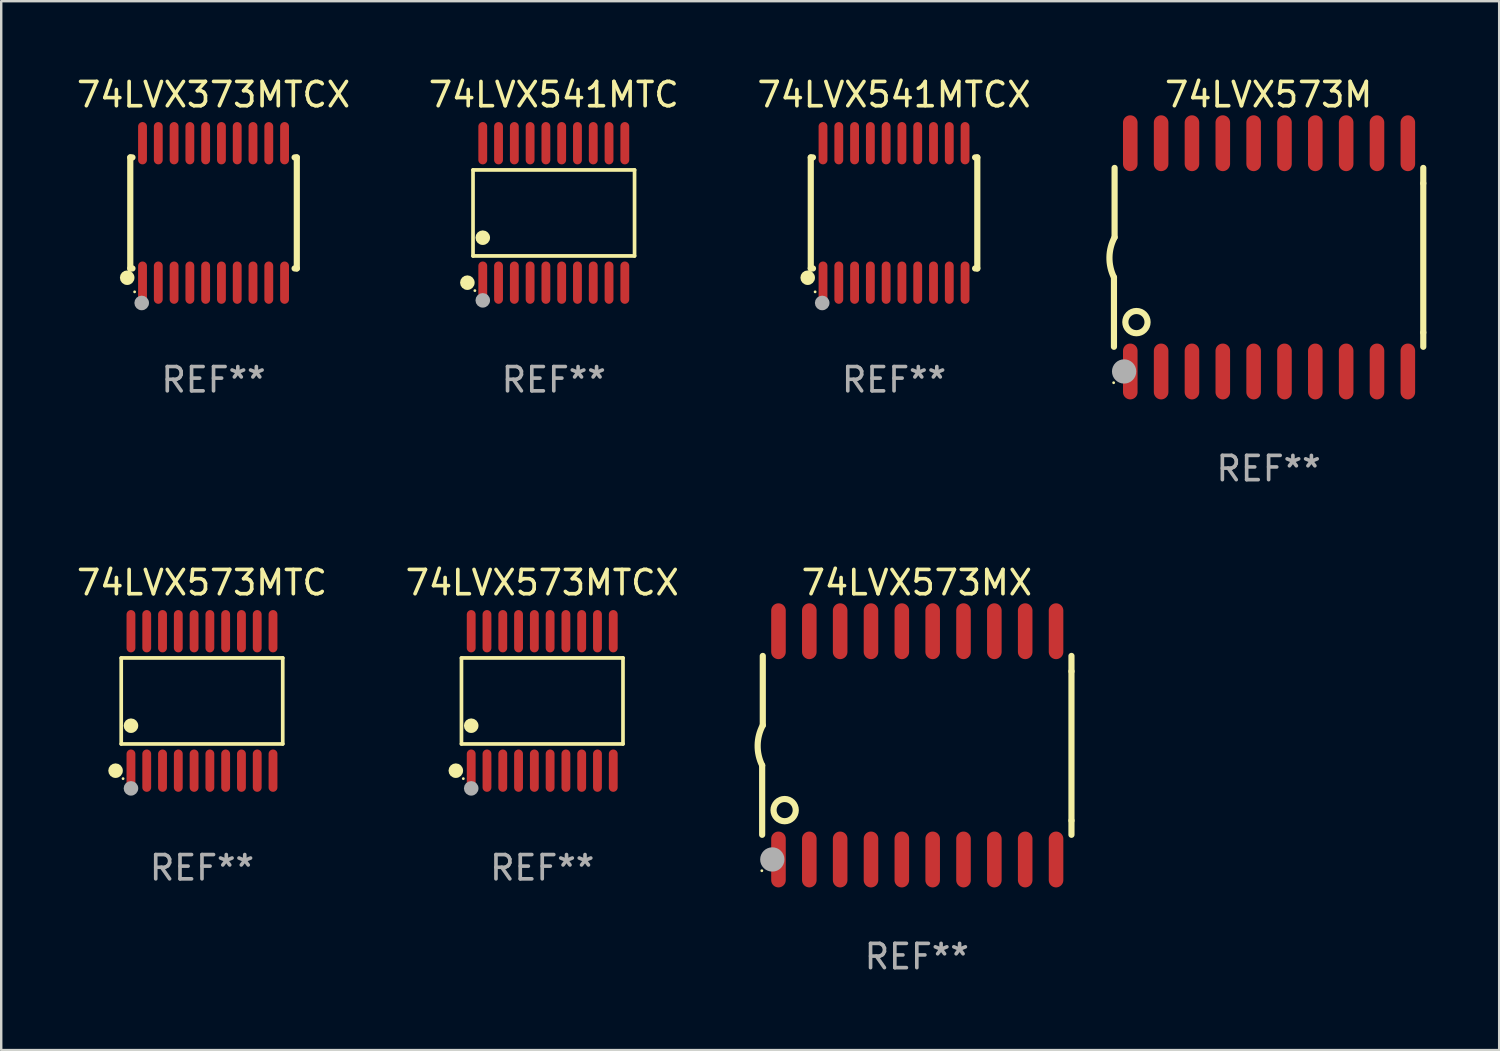
<source format=kicad_pcb>
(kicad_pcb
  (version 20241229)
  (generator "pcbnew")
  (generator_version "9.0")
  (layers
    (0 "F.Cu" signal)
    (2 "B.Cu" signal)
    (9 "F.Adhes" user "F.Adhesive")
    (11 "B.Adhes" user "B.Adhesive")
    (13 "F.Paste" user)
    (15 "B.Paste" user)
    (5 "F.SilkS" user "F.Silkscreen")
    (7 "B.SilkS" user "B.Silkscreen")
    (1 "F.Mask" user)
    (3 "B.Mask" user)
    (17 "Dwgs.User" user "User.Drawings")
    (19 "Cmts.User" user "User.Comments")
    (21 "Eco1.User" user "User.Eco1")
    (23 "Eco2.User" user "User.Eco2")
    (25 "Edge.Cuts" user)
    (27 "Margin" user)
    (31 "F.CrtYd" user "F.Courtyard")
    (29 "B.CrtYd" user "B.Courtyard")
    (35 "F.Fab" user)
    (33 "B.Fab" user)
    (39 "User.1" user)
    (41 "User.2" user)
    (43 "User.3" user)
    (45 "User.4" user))
  (footprint "74LVX541MTC"
    (layer "F.Cu")
    (at 19.756 5.719)
    (property "Reference" "74LVX541MTC" (at 0 -4.871 0) (layer "F.SilkS") (effects (font (size 1 1) (thickness 0.15))))
    (attr through_hole)
    (fp_line (start -3.326 -1.771) (end 3.326 -1.771) (stroke (width 0.152) (type solid)) (layer "F.SilkS"))
    (fp_line (start -3.326 1.771) (end -3.326 -1.771) (stroke (width 0.152) (type solid)) (layer "F.SilkS"))
    (fp_line (start 3.326 -1.771) (end 3.326 1.771) (stroke (width 0.152) (type solid)) (layer "F.SilkS"))
    (fp_line (start 3.326 1.771) (end -3.326 1.771) (stroke (width 0.152) (type solid)) (layer "F.SilkS"))
    (fp_circle (center -3.559 2.871) (end -3.409 2.871) (stroke (width 0.3) (type solid)) (fill no) (layer "F.SilkS"))
    (fp_circle (center -3.25 3.2) (end -3.22 3.2) (stroke (width 0.06) (type solid)) (fill no) (layer "F.SilkS"))
    (fp_circle (center -2.925 1.019) (end -2.775 1.019) (stroke (width 0.3) (type solid)) (fill no) (layer "F.SilkS"))
    (fp_circle (center -2.925 3.6) (end -2.775 3.6) (stroke (width 0.3) (type solid)) (fill no) (layer "F.Fab"))
    (fp_text user "REF**" (at 0 6.871 0) (layer "F.Fab") (effects (font (size 1 1) (thickness 0.15))))
    (pad "1" smd oval (at -2.925 2.871) (size 0.364 1.742) (layers "F.Cu" "F.Mask" "F.Paste"))
    (pad "2" smd oval (at -2.275 2.871) (size 0.364 1.742) (layers "F.Cu" "F.Mask" "F.Paste"))
    (pad "3" smd oval (at -1.625 2.871) (size 0.364 1.742) (layers "F.Cu" "F.Mask" "F.Paste"))
    (pad "4" smd oval (at -0.975 2.871) (size 0.364 1.742) (layers "F.Cu" "F.Mask" "F.Paste"))
    (pad "5" smd oval (at -0.325 2.871) (size 0.364 1.742) (layers "F.Cu" "F.Mask" "F.Paste"))
    (pad "6" smd oval (at 0.325 2.871) (size 0.364 1.742) (layers "F.Cu" "F.Mask" "F.Paste"))
    (pad "7" smd oval (at 0.975 2.871) (size 0.364 1.742) (layers "F.Cu" "F.Mask" "F.Paste"))
    (pad "8" smd oval (at 1.625 2.871) (size 0.364 1.742) (layers "F.Cu" "F.Mask" "F.Paste"))
    (pad "9" smd oval (at 2.275 2.871) (size 0.364 1.742) (layers "F.Cu" "F.Mask" "F.Paste"))
    (pad "10" smd oval (at 2.925 2.871) (size 0.364 1.742) (layers "F.Cu" "F.Mask" "F.Paste"))
    (pad "11" smd oval (at 2.925 -2.871) (size 0.364 1.742) (layers "F.Cu" "F.Mask" "F.Paste"))
    (pad "12" smd oval (at 2.275 -2.871) (size 0.364 1.742) (layers "F.Cu" "F.Mask" "F.Paste"))
    (pad "13" smd oval (at 1.625 -2.871) (size 0.364 1.742) (layers "F.Cu" "F.Mask" "F.Paste"))
    (pad "14" smd oval (at 0.975 -2.871) (size 0.364 1.742) (layers "F.Cu" "F.Mask" "F.Paste"))
    (pad "15" smd oval (at 0.325 -2.871) (size 0.364 1.742) (layers "F.Cu" "F.Mask" "F.Paste"))
    (pad "16" smd oval (at -0.325 -2.871) (size 0.364 1.742) (layers "F.Cu" "F.Mask" "F.Paste"))
    (pad "17" smd oval (at -0.975 -2.871) (size 0.364 1.742) (layers "F.Cu" "F.Mask" "F.Paste"))
    (pad "18" smd oval (at -1.625 -2.871) (size 0.364 1.742) (layers "F.Cu" "F.Mask" "F.Paste"))
    (pad "19" smd oval (at -2.275 -2.871) (size 0.364 1.742) (layers "F.Cu" "F.Mask" "F.Paste"))
    (pad "20" smd oval (at -2.925 -2.871) (size 0.364 1.742) (layers "F.Cu" "F.Mask" "F.Paste")))
  (footprint "74LVX573MTCX"
    (layer "F.Cu")
    (at 19.28 25.816)
    (property "Reference" "74LVX573MTCX" (at 0 -4.871 0) (layer "F.SilkS") (effects (font (size 1 1) (thickness 0.15))))
    (attr through_hole)
    (fp_line (start -3.326 -1.771) (end 3.326 -1.771) (stroke (width 0.152) (type solid)) (layer "F.SilkS"))
    (fp_line (start -3.326 1.771) (end -3.326 -1.771) (stroke (width 0.152) (type solid)) (layer "F.SilkS"))
    (fp_line (start 3.326 -1.771) (end 3.326 1.771) (stroke (width 0.152) (type solid)) (layer "F.SilkS"))
    (fp_line (start 3.326 1.771) (end -3.326 1.771) (stroke (width 0.152) (type solid)) (layer "F.SilkS"))
    (fp_circle (center -3.559 2.871) (end -3.409 2.871) (stroke (width 0.3) (type solid)) (fill no) (layer "F.SilkS"))
    (fp_circle (center -3.25 3.2) (end -3.22 3.2) (stroke (width 0.06) (type solid)) (fill no) (layer "F.SilkS"))
    (fp_circle (center -2.925 1.019) (end -2.775 1.019) (stroke (width 0.3) (type solid)) (fill no) (layer "F.SilkS"))
    (fp_circle (center -2.925 3.6) (end -2.775 3.6) (stroke (width 0.3) (type solid)) (fill no) (layer "F.Fab"))
    (fp_text user "REF**" (at 0 6.871 0) (layer "F.Fab") (effects (font (size 1 1) (thickness 0.15))))
    (pad "1" smd oval (at -2.925 2.871) (size 0.364 1.742) (layers "F.Cu" "F.Mask" "F.Paste"))
    (pad "2" smd oval (at -2.275 2.871) (size 0.364 1.742) (layers "F.Cu" "F.Mask" "F.Paste"))
    (pad "3" smd oval (at -1.625 2.871) (size 0.364 1.742) (layers "F.Cu" "F.Mask" "F.Paste"))
    (pad "4" smd oval (at -0.975 2.871) (size 0.364 1.742) (layers "F.Cu" "F.Mask" "F.Paste"))
    (pad "5" smd oval (at -0.325 2.871) (size 0.364 1.742) (layers "F.Cu" "F.Mask" "F.Paste"))
    (pad "6" smd oval (at 0.325 2.871) (size 0.364 1.742) (layers "F.Cu" "F.Mask" "F.Paste"))
    (pad "7" smd oval (at 0.975 2.871) (size 0.364 1.742) (layers "F.Cu" "F.Mask" "F.Paste"))
    (pad "8" smd oval (at 1.625 2.871) (size 0.364 1.742) (layers "F.Cu" "F.Mask" "F.Paste"))
    (pad "9" smd oval (at 2.275 2.871) (size 0.364 1.742) (layers "F.Cu" "F.Mask" "F.Paste"))
    (pad "10" smd oval (at 2.925 2.871) (size 0.364 1.742) (layers "F.Cu" "F.Mask" "F.Paste"))
    (pad "11" smd oval (at 2.925 -2.871) (size 0.364 1.742) (layers "F.Cu" "F.Mask" "F.Paste"))
    (pad "12" smd oval (at 2.275 -2.871) (size 0.364 1.742) (layers "F.Cu" "F.Mask" "F.Paste"))
    (pad "13" smd oval (at 1.625 -2.871) (size 0.364 1.742) (layers "F.Cu" "F.Mask" "F.Paste"))
    (pad "14" smd oval (at 0.975 -2.871) (size 0.364 1.742) (layers "F.Cu" "F.Mask" "F.Paste"))
    (pad "15" smd oval (at 0.325 -2.871) (size 0.364 1.742) (layers "F.Cu" "F.Mask" "F.Paste"))
    (pad "16" smd oval (at -0.325 -2.871) (size 0.364 1.742) (layers "F.Cu" "F.Mask" "F.Paste"))
    (pad "17" smd oval (at -0.975 -2.871) (size 0.364 1.742) (layers "F.Cu" "F.Mask" "F.Paste"))
    (pad "18" smd oval (at -1.625 -2.871) (size 0.364 1.742) (layers "F.Cu" "F.Mask" "F.Paste"))
    (pad "19" smd oval (at -2.275 -2.871) (size 0.364 1.742) (layers "F.Cu" "F.Mask" "F.Paste"))
    (pad "20" smd oval (at -2.925 -2.871) (size 0.364 1.742) (layers "F.Cu" "F.Mask" "F.Paste")))
  (footprint "74LVX573MX"
    (layer "F.Cu")
    (at 34.706 27.645)
    (property "Reference" "74LVX573MX" (at 0 -6.7 0) (layer "F.SilkS") (effects (font (size 1 1) (thickness 0.15))))
    (attr through_hole)
    (fp_line (start -6.369 0.826) (end -6.369 3.683) (stroke (width 0.254) (type solid)) (layer "F.SilkS"))
    (fp_line (start -6.343 -0.825) (end -6.343 -3.683) (stroke (width 0.254) (type solid)) (layer "F.SilkS"))
    (fp_line (start 6.369 -3.048) (end 6.369 -3.683) (stroke (width 0.254) (type solid)) (layer "F.SilkS"))
    (fp_line (start 6.369 -3.048) (end 6.369 3.096) (stroke (width 0.254) (type solid)) (layer "F.SilkS"))
    (fp_line (start 6.369 3.096) (end 6.369 3.683) (stroke (width 0.254) (type solid)) (layer "F.SilkS"))
    (fp_arc (start -6.36853 0.825552) (mid -6.554743 -0.00301) (end -6.343129 -0.825451) (stroke (width 0.254001) (type solid)) (layer "F.SilkS"))
    (fp_circle (center -6.382 5.163) (end -6.352 5.163) (stroke (width 0.06) (type solid)) (fill no) (layer "F.SilkS"))
    (fp_circle (center -5.443 2.667) (end -4.985 2.667) (stroke (width 0.254) (type solid)) (fill no) (layer "F.SilkS"))
    (fp_circle (center -5.951 4.699) (end -5.701 4.699) (stroke (width 0.5) (type solid)) (fill no) (layer "F.Fab"))
    (fp_text user "REF**" (at 0 8.7 0) (layer "F.Fab") (effects (font (size 1 1) (thickness 0.15))))
    (pad "1" smd oval (at -5.697 4.7 180) (size 0.6 2.3) (layers "F.Cu" "F.Mask" "F.Paste"))
    (pad "2" smd oval (at -4.427 4.7 180) (size 0.6 2.3) (layers "F.Cu" "F.Mask" "F.Paste"))
    (pad "3" smd oval (at -3.157 4.7 180) (size 0.6 2.3) (layers "F.Cu" "F.Mask" "F.Paste"))
    (pad "4" smd oval (at -1.887 4.7 180) (size 0.6 2.3) (layers "F.Cu" "F.Mask" "F.Paste"))
    (pad "5" smd oval (at -0.617 4.7 180) (size 0.6 2.3) (layers "F.Cu" "F.Mask" "F.Paste"))
    (pad "6" smd oval (at 0.653 4.7 180) (size 0.6 2.3) (layers "F.Cu" "F.Mask" "F.Paste"))
    (pad "7" smd oval (at 1.923 4.7 180) (size 0.6 2.3) (layers "F.Cu" "F.Mask" "F.Paste"))
    (pad "8" smd oval (at 3.193 4.7 180) (size 0.6 2.3) (layers "F.Cu" "F.Mask" "F.Paste"))
    (pad "9" smd oval (at 4.463 4.7 180) (size 0.6 2.3) (layers "F.Cu" "F.Mask" "F.Paste"))
    (pad "10" smd oval (at 5.734 4.7 180) (size 0.6 2.3) (layers "F.Cu" "F.Mask" "F.Paste"))
    (pad "11" smd oval (at 5.734 -4.7 180) (size 0.6 2.3) (layers "F.Cu" "F.Mask" "F.Paste"))
    (pad "12" smd oval (at 4.463 -4.7 180) (size 0.6 2.3) (layers "F.Cu" "F.Mask" "F.Paste"))
    (pad "13" smd oval (at 3.193 -4.7 180) (size 0.6 2.3) (layers "F.Cu" "F.Mask" "F.Paste"))
    (pad "14" smd oval (at 1.923 -4.7 180) (size 0.6 2.3) (layers "F.Cu" "F.Mask" "F.Paste"))
    (pad "15" smd oval (at 0.653 -4.7 180) (size 0.6 2.3) (layers "F.Cu" "F.Mask" "F.Paste"))
    (pad "16" smd oval (at -0.617 -4.7 180) (size 0.6 2.3) (layers "F.Cu" "F.Mask" "F.Paste"))
    (pad "17" smd oval (at -1.887 -4.7 180) (size 0.6 2.3) (layers "F.Cu" "F.Mask" "F.Paste"))
    (pad "18" smd oval (at -3.157 -4.7 180) (size 0.6 2.3) (layers "F.Cu" "F.Mask" "F.Paste"))
    (pad "19" smd oval (at -4.427 -4.7 180) (size 0.6 2.3) (layers "F.Cu" "F.Mask" "F.Paste"))
    (pad "20" smd oval (at -5.697 -4.7 180) (size 0.6 2.3) (layers "F.Cu" "F.Mask" "F.Paste")))
  (footprint "74LVX573M"
    (layer "F.Cu")
    (at 49.194 7.548)
    (property "Reference" "74LVX573M" (at 0 -6.7 0) (layer "F.SilkS") (effects (font (size 1 1) (thickness 0.15))))
    (attr through_hole)
    (fp_line (start -6.369 0.826) (end -6.369 3.683) (stroke (width 0.254) (type solid)) (layer "F.SilkS"))
    (fp_line (start -6.343 -0.825) (end -6.343 -3.683) (stroke (width 0.254) (type solid)) (layer "F.SilkS"))
    (fp_line (start 6.369 -3.048) (end 6.369 -3.683) (stroke (width 0.254) (type solid)) (layer "F.SilkS"))
    (fp_line (start 6.369 -3.048) (end 6.369 3.096) (stroke (width 0.254) (type solid)) (layer "F.SilkS"))
    (fp_line (start 6.369 3.096) (end 6.369 3.683) (stroke (width 0.254) (type solid)) (layer "F.SilkS"))
    (fp_arc (start -6.36853 0.825552) (mid -6.554743 -0.00301) (end -6.343129 -0.825451) (stroke (width 0.254001) (type solid)) (layer "F.SilkS"))
    (fp_circle (center -6.382 5.163) (end -6.352 5.163) (stroke (width 0.06) (type solid)) (fill no) (layer "F.SilkS"))
    (fp_circle (center -5.443 2.667) (end -4.985 2.667) (stroke (width 0.254) (type solid)) (fill no) (layer "F.SilkS"))
    (fp_circle (center -5.951 4.699) (end -5.701 4.699) (stroke (width 0.5) (type solid)) (fill no) (layer "F.Fab"))
    (fp_text user "REF**" (at 0 8.7 0) (layer "F.Fab") (effects (font (size 1 1) (thickness 0.15))))
    (pad "1" smd oval (at -5.697 4.7 180) (size 0.6 2.3) (layers "F.Cu" "F.Mask" "F.Paste"))
    (pad "2" smd oval (at -4.427 4.7 180) (size 0.6 2.3) (layers "F.Cu" "F.Mask" "F.Paste"))
    (pad "3" smd oval (at -3.157 4.7 180) (size 0.6 2.3) (layers "F.Cu" "F.Mask" "F.Paste"))
    (pad "4" smd oval (at -1.887 4.7 180) (size 0.6 2.3) (layers "F.Cu" "F.Mask" "F.Paste"))
    (pad "5" smd oval (at -0.617 4.7 180) (size 0.6 2.3) (layers "F.Cu" "F.Mask" "F.Paste"))
    (pad "6" smd oval (at 0.653 4.7 180) (size 0.6 2.3) (layers "F.Cu" "F.Mask" "F.Paste"))
    (pad "7" smd oval (at 1.923 4.7 180) (size 0.6 2.3) (layers "F.Cu" "F.Mask" "F.Paste"))
    (pad "8" smd oval (at 3.193 4.7 180) (size 0.6 2.3) (layers "F.Cu" "F.Mask" "F.Paste"))
    (pad "9" smd oval (at 4.463 4.7 180) (size 0.6 2.3) (layers "F.Cu" "F.Mask" "F.Paste"))
    (pad "10" smd oval (at 5.734 4.7 180) (size 0.6 2.3) (layers "F.Cu" "F.Mask" "F.Paste"))
    (pad "11" smd oval (at 5.734 -4.7 180) (size 0.6 2.3) (layers "F.Cu" "F.Mask" "F.Paste"))
    (pad "12" smd oval (at 4.463 -4.7 180) (size 0.6 2.3) (layers "F.Cu" "F.Mask" "F.Paste"))
    (pad "13" smd oval (at 3.193 -4.7 180) (size 0.6 2.3) (layers "F.Cu" "F.Mask" "F.Paste"))
    (pad "14" smd oval (at 1.923 -4.7 180) (size 0.6 2.3) (layers "F.Cu" "F.Mask" "F.Paste"))
    (pad "15" smd oval (at 0.653 -4.7 180) (size 0.6 2.3) (layers "F.Cu" "F.Mask" "F.Paste"))
    (pad "16" smd oval (at -0.617 -4.7 180) (size 0.6 2.3) (layers "F.Cu" "F.Mask" "F.Paste"))
    (pad "17" smd oval (at -1.887 -4.7 180) (size 0.6 2.3) (layers "F.Cu" "F.Mask" "F.Paste"))
    (pad "18" smd oval (at -3.157 -4.7 180) (size 0.6 2.3) (layers "F.Cu" "F.Mask" "F.Paste"))
    (pad "19" smd oval (at -4.427 -4.7 180) (size 0.6 2.3) (layers "F.Cu" "F.Mask" "F.Paste"))
    (pad "20" smd oval (at -5.697 -4.7 180) (size 0.6 2.3) (layers "F.Cu" "F.Mask" "F.Paste")))
  (footprint "74LVX541MTCX"
    (layer "F.Cu")
    (at 33.768 5.719)
    (property "Reference" "74LVX541MTCX" (at 0 -4.871 0) (layer "F.SilkS") (effects (font (size 1 1) (thickness 0.15))))
    (attr through_hole)
    (fp_line (start -3.429 -2.286) (end -3.429 2.286) (stroke (width 0.254) (type solid)) (layer "F.SilkS"))
    (fp_line (start -3.429 2.286) (end -3.338 2.286) (stroke (width 0.254) (type solid)) (layer "F.SilkS"))
    (fp_line (start -3.338 -2.286) (end -3.429 -2.286) (stroke (width 0.254) (type solid)) (layer "F.SilkS"))
    (fp_line (start 3.338 -2.286) (end 3.429 -2.286) (stroke (width 0.254) (type solid)) (layer "F.SilkS"))
    (fp_line (start 3.429 -2.286) (end 3.429 2.286) (stroke (width 0.254) (type solid)) (layer "F.SilkS"))
    (fp_line (start 3.429 2.286) (end 3.338 2.286) (stroke (width 0.254) (type solid)) (layer "F.SilkS"))
    (fp_circle (center -3.556 2.667) (end -3.406 2.667) (stroke (width 0.3) (type solid)) (fill no) (layer "F.SilkS"))
    (fp_circle (center -3.25 3.25) (end -3.22 3.25) (stroke (width 0.06) (type solid)) (fill no) (layer "F.SilkS"))
    (fp_circle (center -2.959 3.707) (end -2.808 3.707) (stroke (width 0.3) (type solid)) (fill no) (layer "F.Fab"))
    (fp_text user "REF**" (at 0 6.871 0) (layer "F.Fab") (effects (font (size 1 1) (thickness 0.15))))
    (pad "1" smd oval (at -2.925 2.871) (size 0.364 1.742) (layers "F.Cu" "F.Mask" "F.Paste"))
    (pad "2" smd oval (at -2.275 2.871) (size 0.364 1.742) (layers "F.Cu" "F.Mask" "F.Paste"))
    (pad "3" smd oval (at -1.625 2.871) (size 0.364 1.742) (layers "F.Cu" "F.Mask" "F.Paste"))
    (pad "4" smd oval (at -0.975 2.871) (size 0.364 1.742) (layers "F.Cu" "F.Mask" "F.Paste"))
    (pad "5" smd oval (at -0.325 2.871) (size 0.364 1.742) (layers "F.Cu" "F.Mask" "F.Paste"))
    (pad "6" smd oval (at 0.325 2.871) (size 0.364 1.742) (layers "F.Cu" "F.Mask" "F.Paste"))
    (pad "7" smd oval (at 0.975 2.871) (size 0.364 1.742) (layers "F.Cu" "F.Mask" "F.Paste"))
    (pad "8" smd oval (at 1.625 2.871) (size 0.364 1.742) (layers "F.Cu" "F.Mask" "F.Paste"))
    (pad "9" smd oval (at 2.275 2.871) (size 0.364 1.742) (layers "F.Cu" "F.Mask" "F.Paste"))
    (pad "10" smd oval (at 2.925 2.871) (size 0.364 1.742) (layers "F.Cu" "F.Mask" "F.Paste"))
    (pad "11" smd oval (at 2.925 -2.871) (size 0.364 1.742) (layers "F.Cu" "F.Mask" "F.Paste"))
    (pad "12" smd oval (at 2.275 -2.871) (size 0.364 1.742) (layers "F.Cu" "F.Mask" "F.Paste"))
    (pad "13" smd oval (at 1.625 -2.871) (size 0.364 1.742) (layers "F.Cu" "F.Mask" "F.Paste"))
    (pad "14" smd oval (at 0.975 -2.871) (size 0.364 1.742) (layers "F.Cu" "F.Mask" "F.Paste"))
    (pad "15" smd oval (at 0.325 -2.871) (size 0.364 1.742) (layers "F.Cu" "F.Mask" "F.Paste"))
    (pad "16" smd oval (at -0.325 -2.871) (size 0.364 1.742) (layers "F.Cu" "F.Mask" "F.Paste"))
    (pad "17" smd oval (at -0.975 -2.871) (size 0.364 1.742) (layers "F.Cu" "F.Mask" "F.Paste"))
    (pad "18" smd oval (at -1.625 -2.871) (size 0.364 1.742) (layers "F.Cu" "F.Mask" "F.Paste"))
    (pad "19" smd oval (at -2.275 -2.871) (size 0.364 1.742) (layers "F.Cu" "F.Mask" "F.Paste"))
    (pad "20" smd oval (at -2.925 -2.871) (size 0.364 1.742) (layers "F.Cu" "F.Mask" "F.Paste")))
  (footprint "74LVX573MTC"
    (layer "F.Cu")
    (at 5.268 25.816)
    (property "Reference" "74LVX573MTC" (at 0 -4.871 0) (layer "F.SilkS") (effects (font (size 1 1) (thickness 0.15))))
    (attr through_hole)
    (fp_line (start -3.326 -1.771) (end 3.326 -1.771) (stroke (width 0.152) (type solid)) (layer "F.SilkS"))
    (fp_line (start -3.326 1.771) (end -3.326 -1.771) (stroke (width 0.152) (type solid)) (layer "F.SilkS"))
    (fp_line (start 3.326 -1.771) (end 3.326 1.771) (stroke (width 0.152) (type solid)) (layer "F.SilkS"))
    (fp_line (start 3.326 1.771) (end -3.326 1.771) (stroke (width 0.152) (type solid)) (layer "F.SilkS"))
    (fp_circle (center -3.559 2.871) (end -3.409 2.871) (stroke (width 0.3) (type solid)) (fill no) (layer "F.SilkS"))
    (fp_circle (center -3.25 3.2) (end -3.22 3.2) (stroke (width 0.06) (type solid)) (fill no) (layer "F.SilkS"))
    (fp_circle (center -2.925 1.019) (end -2.775 1.019) (stroke (width 0.3) (type solid)) (fill no) (layer "F.SilkS"))
    (fp_circle (center -2.925 3.6) (end -2.775 3.6) (stroke (width 0.3) (type solid)) (fill no) (layer "F.Fab"))
    (fp_text user "REF**" (at 0 6.871 0) (layer "F.Fab") (effects (font (size 1 1) (thickness 0.15))))
    (pad "1" smd oval (at -2.925 2.871) (size 0.364 1.742) (layers "F.Cu" "F.Mask" "F.Paste"))
    (pad "2" smd oval (at -2.275 2.871) (size 0.364 1.742) (layers "F.Cu" "F.Mask" "F.Paste"))
    (pad "3" smd oval (at -1.625 2.871) (size 0.364 1.742) (layers "F.Cu" "F.Mask" "F.Paste"))
    (pad "4" smd oval (at -0.975 2.871) (size 0.364 1.742) (layers "F.Cu" "F.Mask" "F.Paste"))
    (pad "5" smd oval (at -0.325 2.871) (size 0.364 1.742) (layers "F.Cu" "F.Mask" "F.Paste"))
    (pad "6" smd oval (at 0.325 2.871) (size 0.364 1.742) (layers "F.Cu" "F.Mask" "F.Paste"))
    (pad "7" smd oval (at 0.975 2.871) (size 0.364 1.742) (layers "F.Cu" "F.Mask" "F.Paste"))
    (pad "8" smd oval (at 1.625 2.871) (size 0.364 1.742) (layers "F.Cu" "F.Mask" "F.Paste"))
    (pad "9" smd oval (at 2.275 2.871) (size 0.364 1.742) (layers "F.Cu" "F.Mask" "F.Paste"))
    (pad "10" smd oval (at 2.925 2.871) (size 0.364 1.742) (layers "F.Cu" "F.Mask" "F.Paste"))
    (pad "11" smd oval (at 2.925 -2.871) (size 0.364 1.742) (layers "F.Cu" "F.Mask" "F.Paste"))
    (pad "12" smd oval (at 2.275 -2.871) (size 0.364 1.742) (layers "F.Cu" "F.Mask" "F.Paste"))
    (pad "13" smd oval (at 1.625 -2.871) (size 0.364 1.742) (layers "F.Cu" "F.Mask" "F.Paste"))
    (pad "14" smd oval (at 0.975 -2.871) (size 0.364 1.742) (layers "F.Cu" "F.Mask" "F.Paste"))
    (pad "15" smd oval (at 0.325 -2.871) (size 0.364 1.742) (layers "F.Cu" "F.Mask" "F.Paste"))
    (pad "16" smd oval (at -0.325 -2.871) (size 0.364 1.742) (layers "F.Cu" "F.Mask" "F.Paste"))
    (pad "17" smd oval (at -0.975 -2.871) (size 0.364 1.742) (layers "F.Cu" "F.Mask" "F.Paste"))
    (pad "18" smd oval (at -1.625 -2.871) (size 0.364 1.742) (layers "F.Cu" "F.Mask" "F.Paste"))
    (pad "19" smd oval (at -2.275 -2.871) (size 0.364 1.742) (layers "F.Cu" "F.Mask" "F.Paste"))
    (pad "20" smd oval (at -2.925 -2.871) (size 0.364 1.742) (layers "F.Cu" "F.Mask" "F.Paste")))
  (footprint "74LVX373MTCX"
    (layer "F.Cu")
    (at 5.744 5.719)
    (property "Reference" "74LVX373MTCX" (at 0 -4.871 0) (layer "F.SilkS") (effects (font (size 1 1) (thickness 0.15))))
    (attr through_hole)
    (fp_line (start -3.429 -2.286) (end -3.429 2.286) (stroke (width 0.254) (type solid)) (layer "F.SilkS"))
    (fp_line (start -3.429 2.286) (end -3.338 2.286) (stroke (width 0.254) (type solid)) (layer "F.SilkS"))
    (fp_line (start -3.338 -2.286) (end -3.429 -2.286) (stroke (width 0.254) (type solid)) (layer "F.SilkS"))
    (fp_line (start 3.338 -2.286) (end 3.429 -2.286) (stroke (width 0.254) (type solid)) (layer "F.SilkS"))
    (fp_line (start 3.429 -2.286) (end 3.429 2.286) (stroke (width 0.254) (type solid)) (layer "F.SilkS"))
    (fp_line (start 3.429 2.286) (end 3.338 2.286) (stroke (width 0.254) (type solid)) (layer "F.SilkS"))
    (fp_circle (center -3.556 2.667) (end -3.406 2.667) (stroke (width 0.3) (type solid)) (fill no) (layer "F.SilkS"))
    (fp_circle (center -3.25 3.25) (end -3.22 3.25) (stroke (width 0.06) (type solid)) (fill no) (layer "F.SilkS"))
    (fp_circle (center -2.959 3.707) (end -2.808 3.707) (stroke (width 0.3) (type solid)) (fill no) (layer "F.Fab"))
    (fp_text user "REF**" (at 0 6.871 0) (layer "F.Fab") (effects (font (size 1 1) (thickness 0.15))))
    (pad "1" smd oval (at -2.925 2.871) (size 0.364 1.742) (layers "F.Cu" "F.Mask" "F.Paste"))
    (pad "2" smd oval (at -2.275 2.871) (size 0.364 1.742) (layers "F.Cu" "F.Mask" "F.Paste"))
    (pad "3" smd oval (at -1.625 2.871) (size 0.364 1.742) (layers "F.Cu" "F.Mask" "F.Paste"))
    (pad "4" smd oval (at -0.975 2.871) (size 0.364 1.742) (layers "F.Cu" "F.Mask" "F.Paste"))
    (pad "5" smd oval (at -0.325 2.871) (size 0.364 1.742) (layers "F.Cu" "F.Mask" "F.Paste"))
    (pad "6" smd oval (at 0.325 2.871) (size 0.364 1.742) (layers "F.Cu" "F.Mask" "F.Paste"))
    (pad "7" smd oval (at 0.975 2.871) (size 0.364 1.742) (layers "F.Cu" "F.Mask" "F.Paste"))
    (pad "8" smd oval (at 1.625 2.871) (size 0.364 1.742) (layers "F.Cu" "F.Mask" "F.Paste"))
    (pad "9" smd oval (at 2.275 2.871) (size 0.364 1.742) (layers "F.Cu" "F.Mask" "F.Paste"))
    (pad "10" smd oval (at 2.925 2.871) (size 0.364 1.742) (layers "F.Cu" "F.Mask" "F.Paste"))
    (pad "11" smd oval (at 2.925 -2.871) (size 0.364 1.742) (layers "F.Cu" "F.Mask" "F.Paste"))
    (pad "12" smd oval (at 2.275 -2.871) (size 0.364 1.742) (layers "F.Cu" "F.Mask" "F.Paste"))
    (pad "13" smd oval (at 1.625 -2.871) (size 0.364 1.742) (layers "F.Cu" "F.Mask" "F.Paste"))
    (pad "14" smd oval (at 0.975 -2.871) (size 0.364 1.742) (layers "F.Cu" "F.Mask" "F.Paste"))
    (pad "15" smd oval (at 0.325 -2.871) (size 0.364 1.742) (layers "F.Cu" "F.Mask" "F.Paste"))
    (pad "16" smd oval (at -0.325 -2.871) (size 0.364 1.742) (layers "F.Cu" "F.Mask" "F.Paste"))
    (pad "17" smd oval (at -0.975 -2.871) (size 0.364 1.742) (layers "F.Cu" "F.Mask" "F.Paste"))
    (pad "18" smd oval (at -1.625 -2.871) (size 0.364 1.742) (layers "F.Cu" "F.Mask" "F.Paste"))
    (pad "19" smd oval (at -2.275 -2.871) (size 0.364 1.742) (layers "F.Cu" "F.Mask" "F.Paste"))
    (pad "20" smd oval (at -2.925 -2.871) (size 0.364 1.742) (layers "F.Cu" "F.Mask" "F.Paste")))
  (gr_rect
    (start -3 -3)
    (end 58.689 40.193)
    (stroke (width 0.1) (type default))
    (fill no)
    (layer "Edge.Cuts")))
</source>
